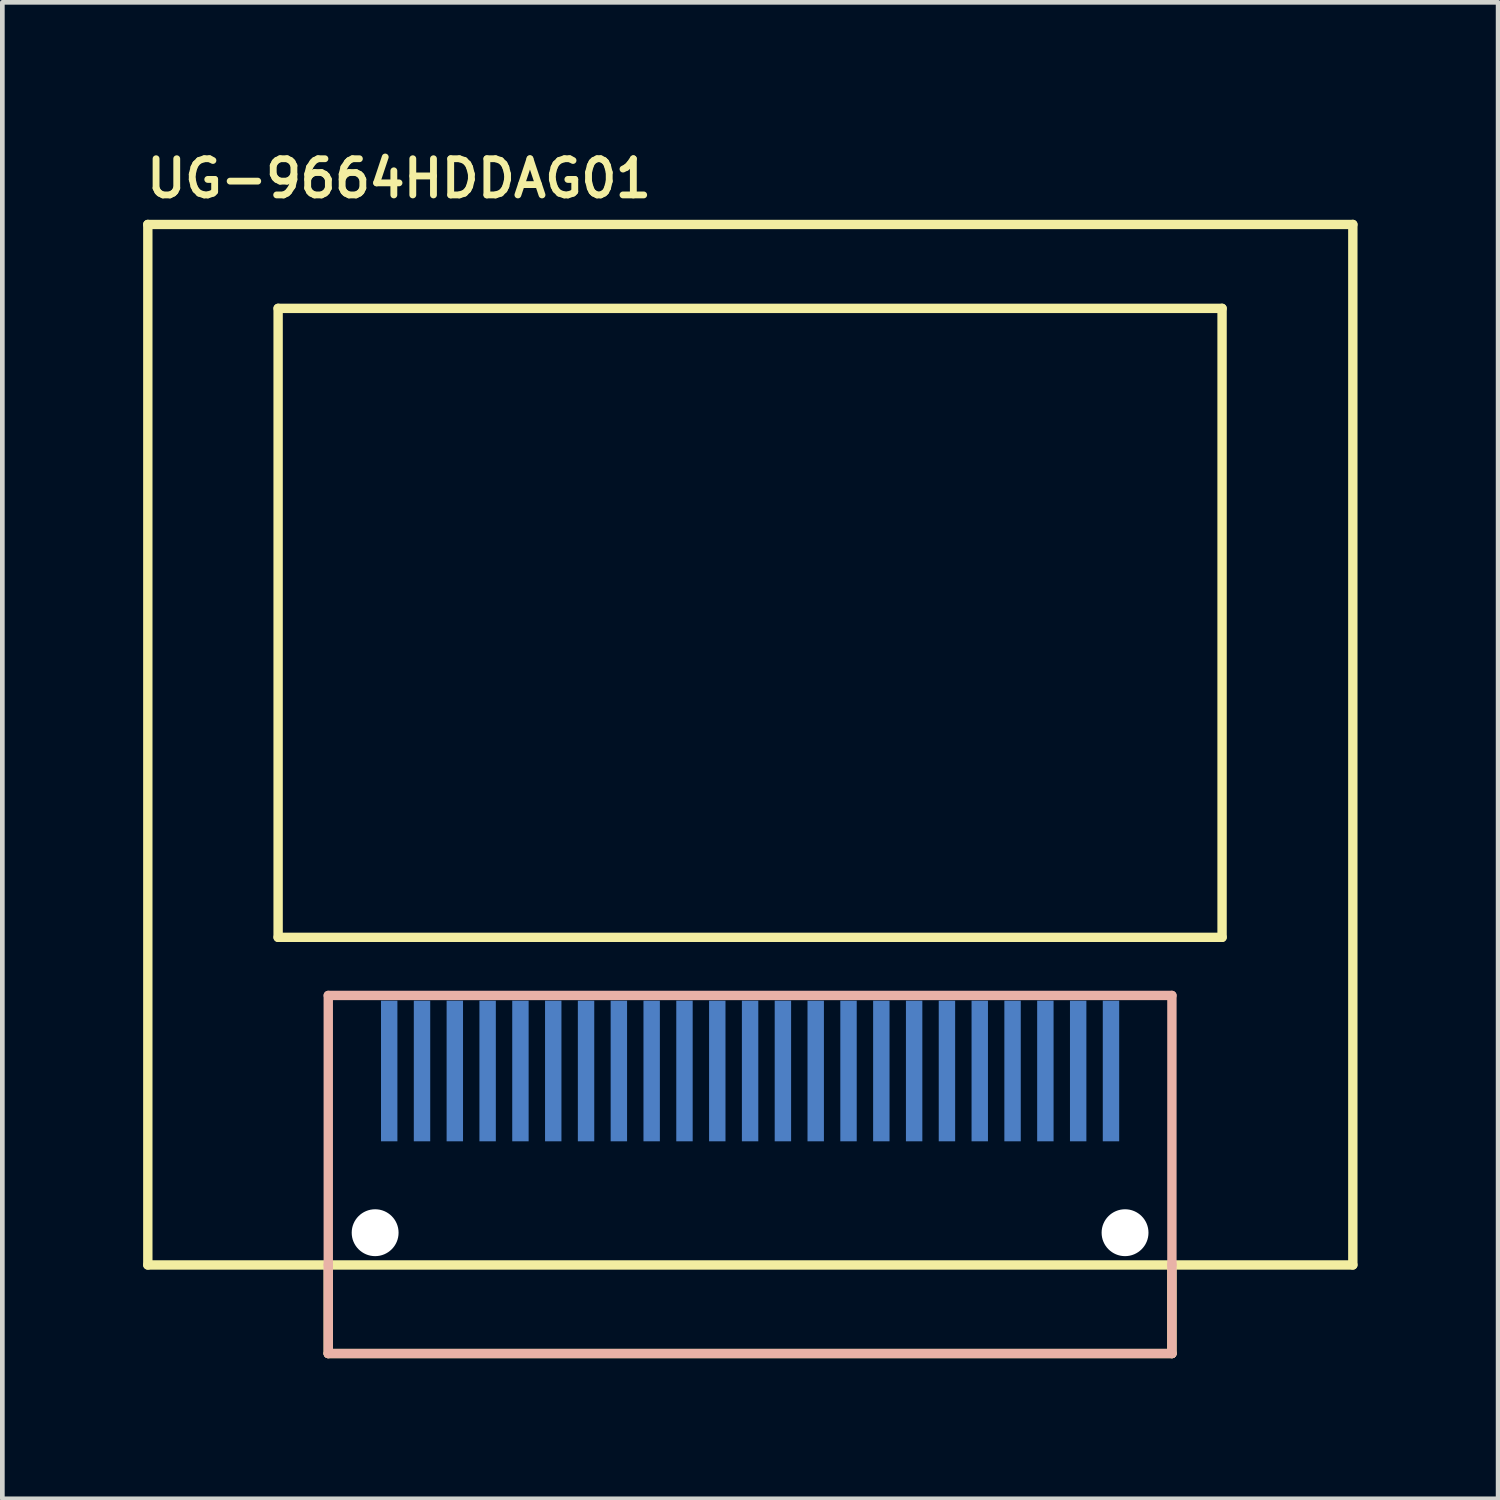
<source format=kicad_pcb>
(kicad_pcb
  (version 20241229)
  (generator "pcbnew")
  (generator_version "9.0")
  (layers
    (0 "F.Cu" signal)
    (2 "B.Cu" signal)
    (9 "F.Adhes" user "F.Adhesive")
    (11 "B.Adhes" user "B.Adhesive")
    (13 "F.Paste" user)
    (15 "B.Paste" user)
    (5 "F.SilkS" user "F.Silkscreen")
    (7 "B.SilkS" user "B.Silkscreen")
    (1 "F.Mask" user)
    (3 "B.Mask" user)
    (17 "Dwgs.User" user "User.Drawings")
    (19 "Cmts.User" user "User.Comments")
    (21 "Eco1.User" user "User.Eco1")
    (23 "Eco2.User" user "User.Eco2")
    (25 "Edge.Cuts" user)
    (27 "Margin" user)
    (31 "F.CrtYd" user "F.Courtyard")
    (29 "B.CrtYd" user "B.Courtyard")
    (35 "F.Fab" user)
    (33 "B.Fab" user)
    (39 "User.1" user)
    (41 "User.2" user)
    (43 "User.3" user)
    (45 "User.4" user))
  (footprint "UG-9664HDDAG01"
    (layer "F.Cu")
    (at 12.954 23.939)
    (property "Reference" "UG-9664HDDAG01" (at -12.954 -22.728 0) (layer "F.SilkS") (effects (font (size 0.772 0.772) (thickness 0.146)) (justify left bottom)))
    (attr through_hole)
    (fp_line (start -12.85 -22.2) (end 12.86 -22.2) (stroke (width 0.2) (type solid)) (layer "F.SilkS"))
    (fp_line (start -12.85 0) (end -12.85 -22.2) (stroke (width 0.2) (type solid)) (layer "F.SilkS"))
    (fp_line (start -12.85 0) (end 12.86 0) (stroke (width 0.2) (type solid)) (layer "F.SilkS"))
    (fp_line (start -10.07 -20.41) (end 10.07 -20.41) (stroke (width 0.2) (type solid)) (layer "F.SilkS"))
    (fp_line (start -10.07 -6.99) (end -10.07 -20.41) (stroke (width 0.2) (type solid)) (layer "F.SilkS"))
    (fp_line (start -10.07 -6.99) (end 10.07 -6.99) (stroke (width 0.2) (type solid)) (layer "F.SilkS"))
    (fp_line (start -9 0) (end -9 1.89) (stroke (width 0.2) (type solid)) (layer "F.SilkS"))
    (fp_line (start -9 1.89) (end 9 1.89) (stroke (width 0.2) (type solid)) (layer "F.SilkS"))
    (fp_line (start 9 0) (end 9 1.89) (stroke (width 0.2) (type solid)) (layer "F.SilkS"))
    (fp_line (start 10.07 -6.99) (end 10.07 -20.41) (stroke (width 0.2) (type solid)) (layer "F.SilkS"))
    (fp_line (start 12.86 0) (end 12.86 -22.2) (stroke (width 0.2) (type solid)) (layer "F.SilkS"))
    (fp_line (start -9 -5.75) (end -9 0) (stroke (width 0.2) (type solid)) (layer "B.SilkS"))
    (fp_line (start -9 0) (end -9 1.89) (stroke (width 0.2) (type solid)) (layer "B.SilkS"))
    (fp_line (start -9 1.89) (end 9 1.89) (stroke (width 0.2) (type solid)) (layer "B.SilkS"))
    (fp_line (start 9 -5.75) (end -9 -5.75) (stroke (width 0.2) (type solid)) (layer "B.SilkS"))
    (fp_line (start 9 0) (end 9 -5.75) (stroke (width 0.2) (type solid)) (layer "B.SilkS"))
    (fp_line (start 9 0) (end 9 1.89) (stroke (width 0.2) (type solid)) (layer "B.SilkS"))
    (pad "" np_thru_hole circle (at -8 -0.688) (size 1 1) (drill 1) (layers "*.Cu" "*.Mask"))
    (pad "" np_thru_hole circle (at 8 -0.688) (size 1 1) (drill 1) (layers "*.Cu" "*.Mask"))
    (pad "1" smd rect (at -7.7 -4.138 180) (size 0.35 3) (layers "B.Cu" "B.Mask" "B.Paste"))
    (pad "2" smd rect (at -7 -4.138 180) (size 0.35 3) (layers "B.Cu" "B.Mask" "B.Paste"))
    (pad "3" smd rect (at -6.3 -4.138 180) (size 0.35 3) (layers "B.Cu" "B.Mask" "B.Paste"))
    (pad "4" smd rect (at -5.6 -4.138 180) (size 0.35 3) (layers "B.Cu" "B.Mask" "B.Paste"))
    (pad "5" smd rect (at -4.9 -4.138 180) (size 0.35 3) (layers "B.Cu" "B.Mask" "B.Paste"))
    (pad "6" smd rect (at -4.2 -4.138 180) (size 0.35 3) (layers "B.Cu" "B.Mask" "B.Paste"))
    (pad "7" smd rect (at -3.5 -4.138 180) (size 0.35 3) (layers "B.Cu" "B.Mask" "B.Paste"))
    (pad "8" smd rect (at -2.8 -4.138 180) (size 0.35 3) (layers "B.Cu" "B.Mask" "B.Paste"))
    (pad "9" smd rect (at -2.1 -4.138 180) (size 0.35 3) (layers "B.Cu" "B.Mask" "B.Paste"))
    (pad "10" smd rect (at -1.4 -4.138 180) (size 0.35 3) (layers "B.Cu" "B.Mask" "B.Paste"))
    (pad "11" smd rect (at -0.7 -4.138 180) (size 0.35 3) (layers "B.Cu" "B.Mask" "B.Paste"))
    (pad "12" smd rect (at 0 -4.138 180) (size 0.35 3) (layers "B.Cu" "B.Mask" "B.Paste"))
    (pad "13" smd rect (at 0.7 -4.138 180) (size 0.35 3) (layers "B.Cu" "B.Mask" "B.Paste"))
    (pad "14" smd rect (at 1.4 -4.138 180) (size 0.35 3) (layers "B.Cu" "B.Mask" "B.Paste"))
    (pad "15" smd rect (at 2.1 -4.138 180) (size 0.35 3) (layers "B.Cu" "B.Mask" "B.Paste"))
    (pad "16" smd rect (at 2.8 -4.138 180) (size 0.35 3) (layers "B.Cu" "B.Mask" "B.Paste"))
    (pad "17" smd rect (at 3.5 -4.138 180) (size 0.35 3) (layers "B.Cu" "B.Mask" "B.Paste"))
    (pad "18" smd rect (at 4.2 -4.138 180) (size 0.35 3) (layers "B.Cu" "B.Mask" "B.Paste"))
    (pad "19" smd rect (at 4.9 -4.138 180) (size 0.35 3) (layers "B.Cu" "B.Mask" "B.Paste"))
    (pad "20" smd rect (at 5.6 -4.138 180) (size 0.35 3) (layers "B.Cu" "B.Mask" "B.Paste"))
    (pad "21" smd rect (at 6.3 -4.138 180) (size 0.35 3) (layers "B.Cu" "B.Mask" "B.Paste"))
    (pad "22" smd rect (at 7 -4.138 180) (size 0.35 3) (layers "B.Cu" "B.Mask" "B.Paste"))
    (pad "23" smd rect (at 7.7 -4.138 180) (size 0.35 3) (layers "B.Cu" "B.Mask" "B.Paste")))
  (gr_rect
    (start -3 -3)
    (end 28.914 28.929)
    (stroke (width 0.1) (type default))
    (fill no)
    (layer "Edge.Cuts")))
</source>
